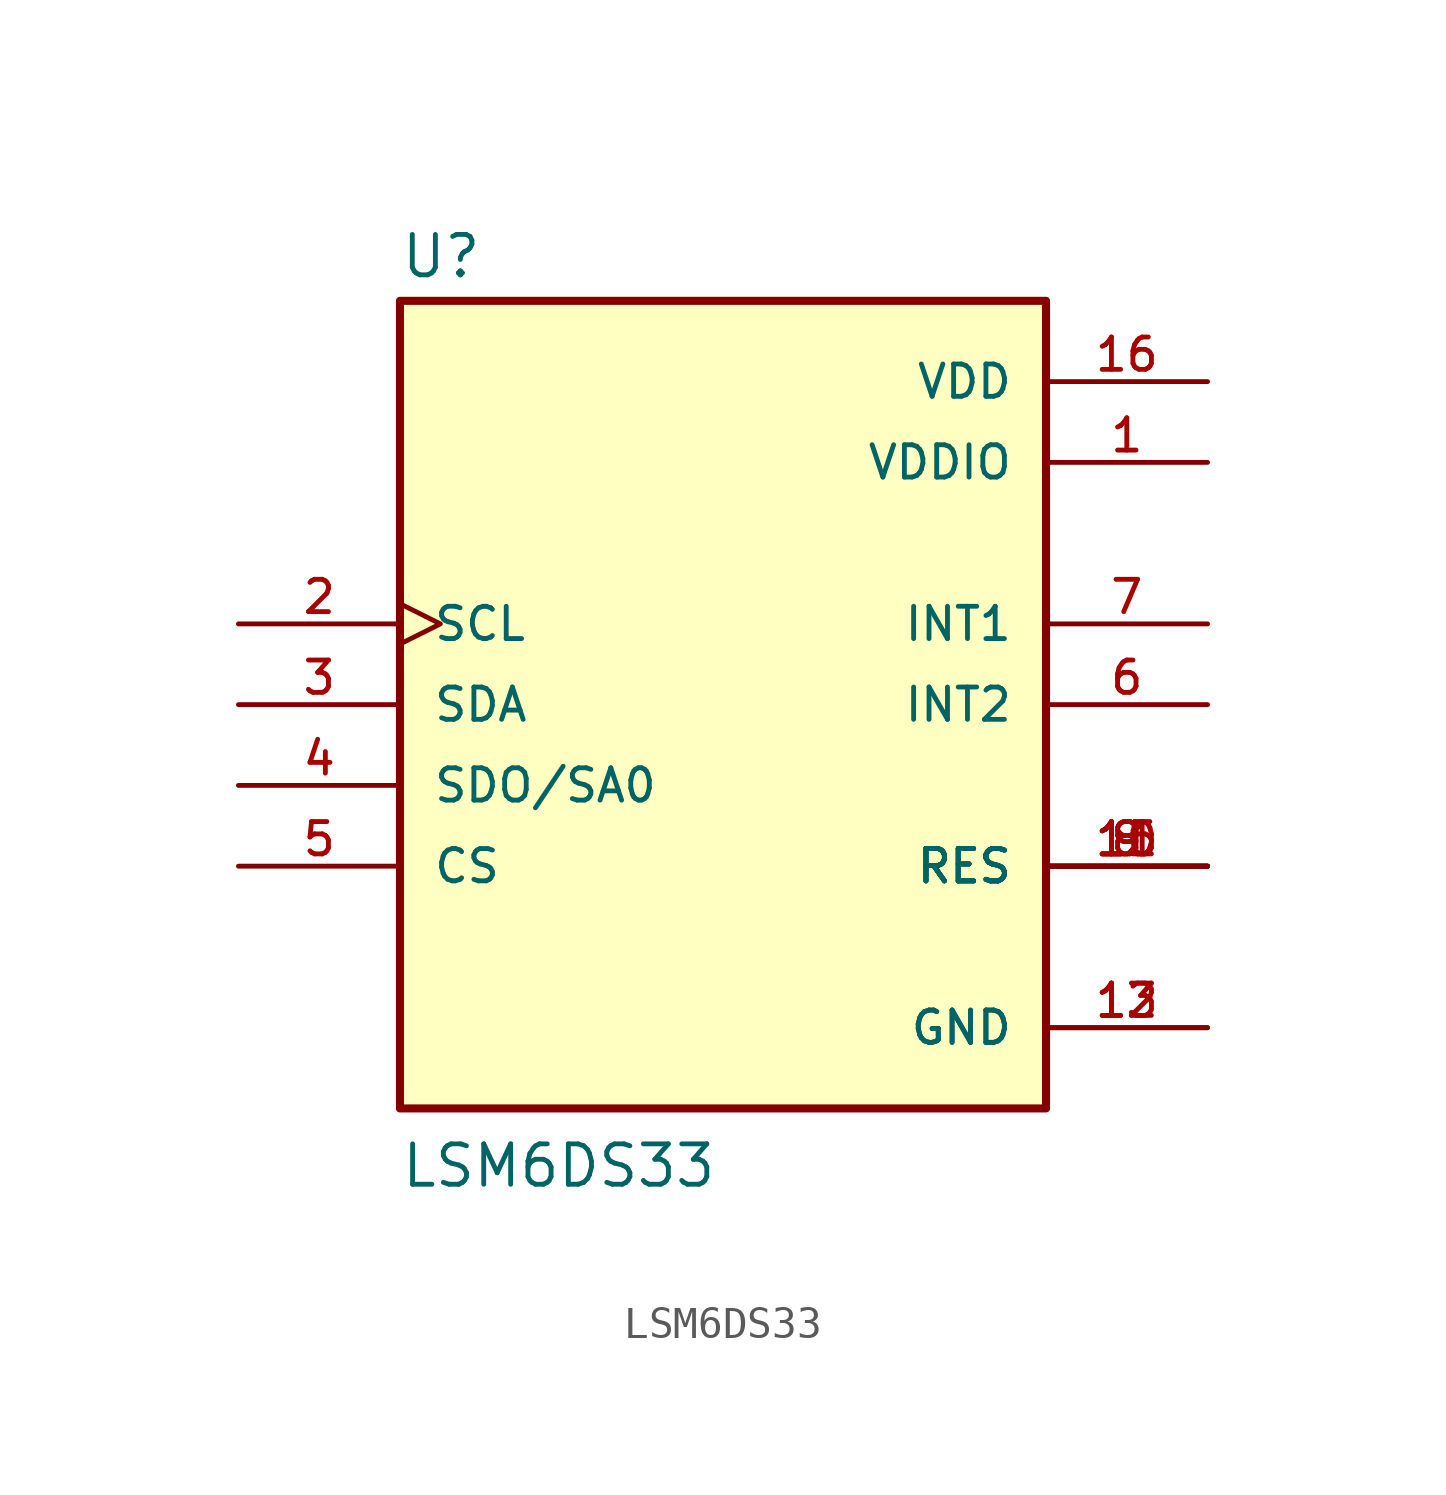
<source format=kicad_sym>
(kicad_symbol_lib
  (version 20211014)
  (generator kicad_symbol_editor)
  (symbol "LSM6DS33"
    (pin_names
      (offset 1.016))
    (property "Reference" "U"
      (at -10.175 13.355 0)
      (effects (font (size 1.27 1.27)) (justify bottom left)))
    (property "Value" "LSM6DS33"
      (at -10.165 -15.248 0)
      (effects (font (size 1.27 1.27)) (justify bottom left)))
    (symbol "LSM6DS33_0_0"
      (rectangle (start -10.16 -12.7) (end 10.16 12.7) (stroke (width 0.254)) (fill (type background)))
      (pin power_in line (at 15.24 7.62 180.0) (length 5.08) (name "VDDIO" (effects (font (size 1.016 1.016)))) (number "1" (effects (font (size 1.016 1.016)))))
      (pin input clock (at -15.24 2.54 0) (length 5.08) (name "SCL" (effects (font (size 1.016 1.016)))) (number "2" (effects (font (size 1.016 1.016)))))
      (pin bidirectional line (at -15.24 0.0 0) (length 5.08) (name "SDA" (effects (font (size 1.016 1.016)))) (number "3" (effects (font (size 1.016 1.016)))))
      (pin bidirectional line (at -15.24 -2.54 0) (length 5.08) (name "SDO/SA0" (effects (font (size 1.016 1.016)))) (number "4" (effects (font (size 1.016 1.016)))))
      (pin input line (at -15.24 -5.08 0) (length 5.08) (name "CS" (effects (font (size 1.016 1.016)))) (number "5" (effects (font (size 1.016 1.016)))))
      (pin output line (at 15.24 0.0 180.0) (length 5.08) (name "INT2" (effects (font (size 1.016 1.016)))) (number "6" (effects (font (size 1.016 1.016)))))
      (pin output line (at 15.24 2.54 180.0) (length 5.08) (name "INT1" (effects (font (size 1.016 1.016)))) (number "7" (effects (font (size 1.016 1.016)))))
      (pin passive line (at 15.24 -5.08 180.0) (length 5.08) (name "RES" (effects (font (size 1.016 1.016)))) (number "8" (effects (font (size 1.016 1.016)))))
      (pin passive line (at 15.24 -5.08 180.0) (length 5.08) (name "RES" (effects (font (size 1.016 1.016)))) (number "9" (effects (font (size 1.016 1.016)))))
      (pin passive line (at 15.24 -5.08 180.0) (length 5.08) (name "RES" (effects (font (size 1.016 1.016)))) (number "10" (effects (font (size 1.016 1.016)))))
      (pin passive line (at 15.24 -5.08 180.0) (length 5.08) (name "RES" (effects (font (size 1.016 1.016)))) (number "11" (effects (font (size 1.016 1.016)))))
      (pin passive line (at 15.24 -5.08 180.0) (length 5.08) (name "RES" (effects (font (size 1.016 1.016)))) (number "15" (effects (font (size 1.016 1.016)))))
      (pin power_in line (at 15.24 -10.16 180.0) (length 5.08) (name "GND" (effects (font (size 1.016 1.016)))) (number "12" (effects (font (size 1.016 1.016)))))
      (pin power_in line (at 15.24 -10.16 180.0) (length 5.08) (name "GND" (effects (font (size 1.016 1.016)))) (number "13" (effects (font (size 1.016 1.016)))))
      (pin power_in line (at 15.24 10.16 180.0) (length 5.08) (name "VDD" (effects (font (size 1.016 1.016)))) (number "16" (effects (font (size 1.016 1.016))))))))
</source>
